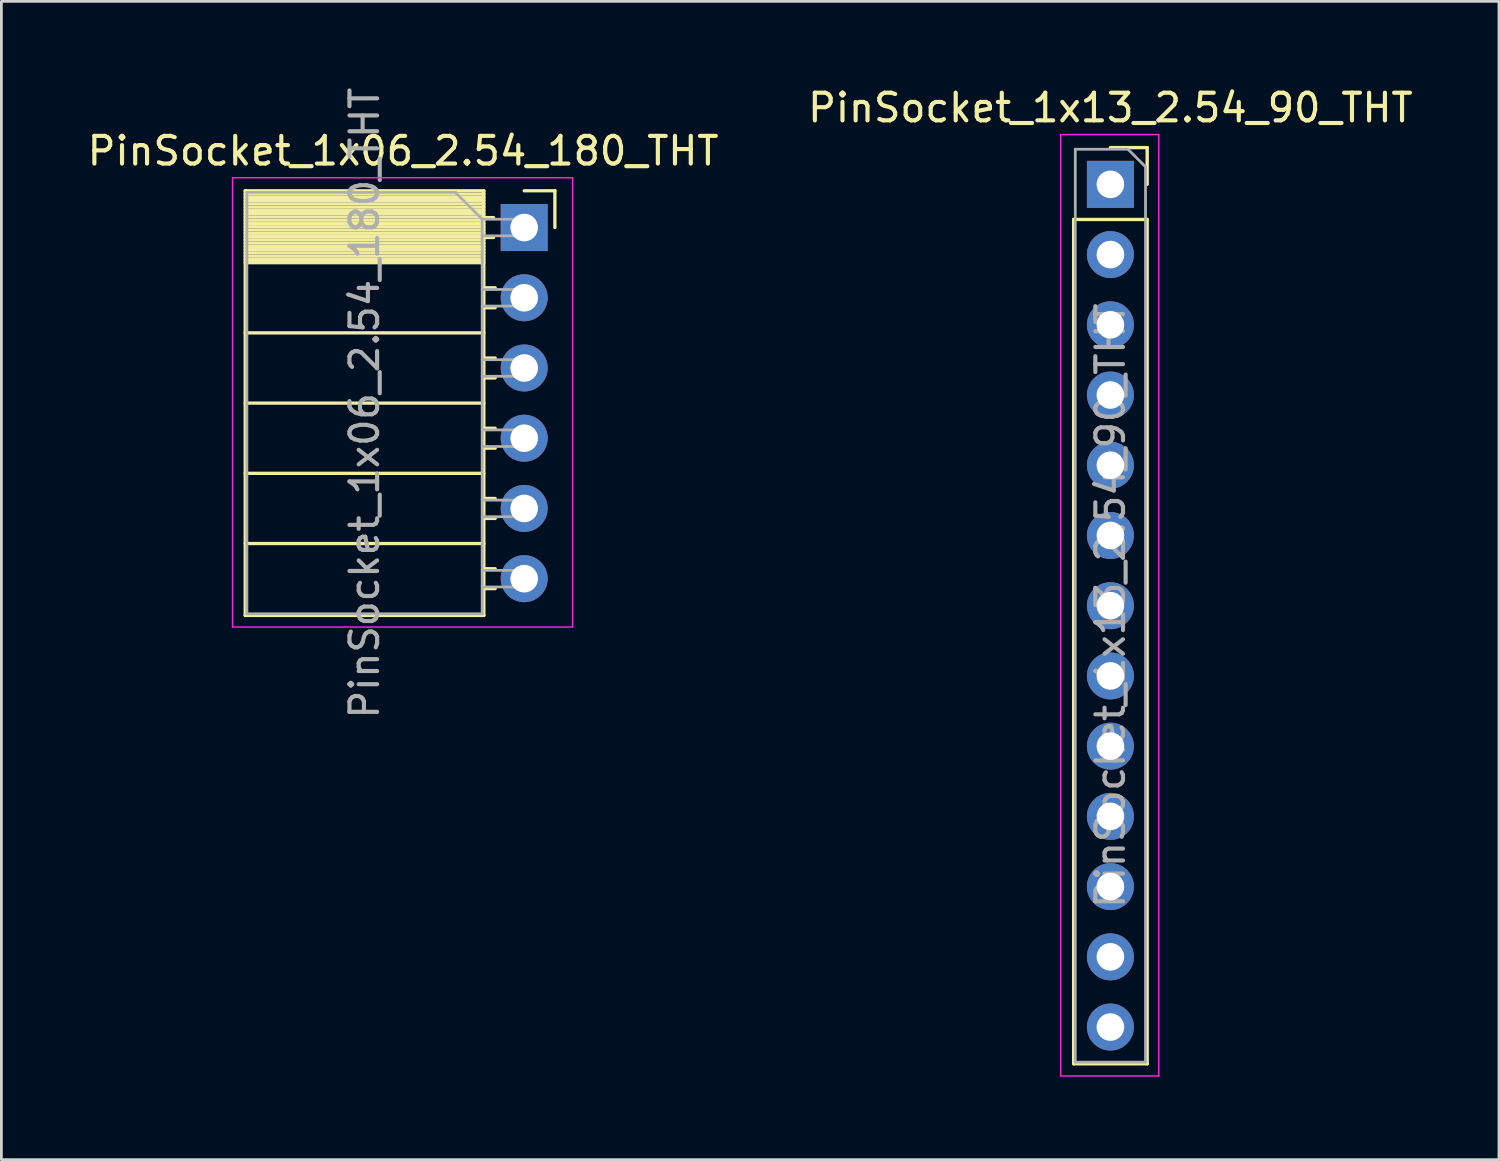
<source format=kicad_pcb>
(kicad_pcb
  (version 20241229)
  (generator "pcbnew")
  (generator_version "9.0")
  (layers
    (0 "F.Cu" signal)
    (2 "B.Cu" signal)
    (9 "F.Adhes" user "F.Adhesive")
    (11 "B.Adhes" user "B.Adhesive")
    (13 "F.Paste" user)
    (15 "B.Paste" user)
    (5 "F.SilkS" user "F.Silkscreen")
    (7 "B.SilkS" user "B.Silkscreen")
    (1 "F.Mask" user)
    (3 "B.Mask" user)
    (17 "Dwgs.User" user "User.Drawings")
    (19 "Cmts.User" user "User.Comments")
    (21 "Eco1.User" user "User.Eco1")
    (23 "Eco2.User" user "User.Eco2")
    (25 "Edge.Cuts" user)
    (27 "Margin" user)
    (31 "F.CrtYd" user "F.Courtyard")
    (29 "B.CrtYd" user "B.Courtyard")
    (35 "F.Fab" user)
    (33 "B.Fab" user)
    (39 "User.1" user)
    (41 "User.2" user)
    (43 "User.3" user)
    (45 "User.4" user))
  (footprint "PinSocket_1x06_2.54_180_THT"
    (layer "F.Cu")
    (at 15.91 5.18)
    (property "Reference" "PinSocket_1x06_2.54_180_THT" (at -4.38 -2.77 0) (layer "F.SilkS") (effects (font (size 1 1) (thickness 0.15))))
    (attr through_hole)
    (fp_line (start -10.09 -1.33) (end -10.09 14.03) (stroke (width 0.12) (type solid)) (layer "F.SilkS"))
    (fp_line (start -10.09 -1.33) (end -1.46 -1.33) (stroke (width 0.12) (type solid)) (layer "F.SilkS"))
    (fp_line (start -10.09 -1.21) (end -1.46 -1.21) (stroke (width 0.12) (type solid)) (layer "F.SilkS"))
    (fp_line (start -10.09 -1.092) (end -1.46 -1.092) (stroke (width 0.12) (type solid)) (layer "F.SilkS"))
    (fp_line (start -10.09 -0.974) (end -1.46 -0.974) (stroke (width 0.12) (type solid)) (layer "F.SilkS"))
    (fp_line (start -10.09 -0.856) (end -1.46 -0.856) (stroke (width 0.12) (type solid)) (layer "F.SilkS"))
    (fp_line (start -10.09 -0.738) (end -1.46 -0.738) (stroke (width 0.12) (type solid)) (layer "F.SilkS"))
    (fp_line (start -10.09 -0.62) (end -1.46 -0.62) (stroke (width 0.12) (type solid)) (layer "F.SilkS"))
    (fp_line (start -10.09 -0.501) (end -1.46 -0.501) (stroke (width 0.12) (type solid)) (layer "F.SilkS"))
    (fp_line (start -10.09 -0.383) (end -1.46 -0.383) (stroke (width 0.12) (type solid)) (layer "F.SilkS"))
    (fp_line (start -10.09 -0.265) (end -1.46 -0.265) (stroke (width 0.12) (type solid)) (layer "F.SilkS"))
    (fp_line (start -10.09 -0.147) (end -1.46 -0.147) (stroke (width 0.12) (type solid)) (layer "F.SilkS"))
    (fp_line (start -10.09 -0.029) (end -1.46 -0.029) (stroke (width 0.12) (type solid)) (layer "F.SilkS"))
    (fp_line (start -10.09 0.089) (end -1.46 0.089) (stroke (width 0.12) (type solid)) (layer "F.SilkS"))
    (fp_line (start -10.09 0.207) (end -1.46 0.207) (stroke (width 0.12) (type solid)) (layer "F.SilkS"))
    (fp_line (start -10.09 0.325) (end -1.46 0.325) (stroke (width 0.12) (type solid)) (layer "F.SilkS"))
    (fp_line (start -10.09 0.443) (end -1.46 0.443) (stroke (width 0.12) (type solid)) (layer "F.SilkS"))
    (fp_line (start -10.09 0.561) (end -1.46 0.561) (stroke (width 0.12) (type solid)) (layer "F.SilkS"))
    (fp_line (start -10.09 0.68) (end -1.46 0.68) (stroke (width 0.12) (type solid)) (layer "F.SilkS"))
    (fp_line (start -10.09 0.798) (end -1.46 0.798) (stroke (width 0.12) (type solid)) (layer "F.SilkS"))
    (fp_line (start -10.09 0.916) (end -1.46 0.916) (stroke (width 0.12) (type solid)) (layer "F.SilkS"))
    (fp_line (start -10.09 1.034) (end -1.46 1.034) (stroke (width 0.12) (type solid)) (layer "F.SilkS"))
    (fp_line (start -10.09 1.152) (end -1.46 1.152) (stroke (width 0.12) (type solid)) (layer "F.SilkS"))
    (fp_line (start -10.09 1.27) (end -1.46 1.27) (stroke (width 0.12) (type solid)) (layer "F.SilkS"))
    (fp_line (start -10.09 3.81) (end -1.46 3.81) (stroke (width 0.12) (type solid)) (layer "F.SilkS"))
    (fp_line (start -10.09 6.35) (end -1.46 6.35) (stroke (width 0.12) (type solid)) (layer "F.SilkS"))
    (fp_line (start -10.09 8.89) (end -1.46 8.89) (stroke (width 0.12) (type solid)) (layer "F.SilkS"))
    (fp_line (start -10.09 11.43) (end -1.46 11.43) (stroke (width 0.12) (type solid)) (layer "F.SilkS"))
    (fp_line (start -10.09 14.03) (end -1.46 14.03) (stroke (width 0.12) (type solid)) (layer "F.SilkS"))
    (fp_line (start -1.46 -1.33) (end -1.46 14.03) (stroke (width 0.12) (type solid)) (layer "F.SilkS"))
    (fp_line (start -1.46 -0.36) (end -1.11 -0.36) (stroke (width 0.12) (type solid)) (layer "F.SilkS"))
    (fp_line (start -1.46 0.36) (end -1.11 0.36) (stroke (width 0.12) (type solid)) (layer "F.SilkS"))
    (fp_line (start -1.46 2.18) (end -1.05 2.18) (stroke (width 0.12) (type solid)) (layer "F.SilkS"))
    (fp_line (start -1.46 2.9) (end -1.05 2.9) (stroke (width 0.12) (type solid)) (layer "F.SilkS"))
    (fp_line (start -1.46 4.72) (end -1.05 4.72) (stroke (width 0.12) (type solid)) (layer "F.SilkS"))
    (fp_line (start -1.46 5.44) (end -1.05 5.44) (stroke (width 0.12) (type solid)) (layer "F.SilkS"))
    (fp_line (start -1.46 7.26) (end -1.05 7.26) (stroke (width 0.12) (type solid)) (layer "F.SilkS"))
    (fp_line (start -1.46 7.98) (end -1.05 7.98) (stroke (width 0.12) (type solid)) (layer "F.SilkS"))
    (fp_line (start -1.46 9.8) (end -1.05 9.8) (stroke (width 0.12) (type solid)) (layer "F.SilkS"))
    (fp_line (start -1.46 10.52) (end -1.05 10.52) (stroke (width 0.12) (type solid)) (layer "F.SilkS"))
    (fp_line (start -1.46 12.34) (end -1.05 12.34) (stroke (width 0.12) (type solid)) (layer "F.SilkS"))
    (fp_line (start -1.46 13.06) (end -1.05 13.06) (stroke (width 0.12) (type solid)) (layer "F.SilkS"))
    (fp_line (start 0 -1.33) (end 1.11 -1.33) (stroke (width 0.12) (type solid)) (layer "F.SilkS"))
    (fp_line (start 1.11 -1.33) (end 1.11 0) (stroke (width 0.12) (type solid)) (layer "F.SilkS"))
    (fp_line (start -10.55 -1.8) (end -10.55 14.45) (stroke (width 0.05) (type solid)) (layer "F.CrtYd"))
    (fp_line (start -10.55 14.45) (end 1.75 14.45) (stroke (width 0.05) (type solid)) (layer "F.CrtYd"))
    (fp_line (start 1.75 -1.8) (end -10.55 -1.8) (stroke (width 0.05) (type solid)) (layer "F.CrtYd"))
    (fp_line (start 1.75 14.45) (end 1.75 -1.8) (stroke (width 0.05) (type solid)) (layer "F.CrtYd"))
    (fp_line (start -10.03 -1.27) (end -2.49 -1.27) (stroke (width 0.1) (type solid)) (layer "F.Fab"))
    (fp_line (start -10.03 13.97) (end -10.03 -1.27) (stroke (width 0.1) (type solid)) (layer "F.Fab"))
    (fp_line (start -2.49 -1.27) (end -1.52 -0.3) (stroke (width 0.1) (type solid)) (layer "F.Fab"))
    (fp_line (start -1.52 -0.3) (end -1.52 13.97) (stroke (width 0.1) (type solid)) (layer "F.Fab"))
    (fp_line (start -1.52 0.3) (end 0 0.3) (stroke (width 0.1) (type solid)) (layer "F.Fab"))
    (fp_line (start -1.52 2.84) (end 0 2.84) (stroke (width 0.1) (type solid)) (layer "F.Fab"))
    (fp_line (start -1.52 5.38) (end 0 5.38) (stroke (width 0.1) (type solid)) (layer "F.Fab"))
    (fp_line (start -1.52 7.92) (end 0 7.92) (stroke (width 0.1) (type solid)) (layer "F.Fab"))
    (fp_line (start -1.52 10.46) (end 0 10.46) (stroke (width 0.1) (type solid)) (layer "F.Fab"))
    (fp_line (start -1.52 13) (end 0 13) (stroke (width 0.1) (type solid)) (layer "F.Fab"))
    (fp_line (start -1.52 13.97) (end -10.03 13.97) (stroke (width 0.1) (type solid)) (layer "F.Fab"))
    (fp_line (start 0 -0.3) (end -1.52 -0.3) (stroke (width 0.1) (type solid)) (layer "F.Fab"))
    (fp_line (start 0 0.3) (end 0 -0.3) (stroke (width 0.1) (type solid)) (layer "F.Fab"))
    (fp_line (start 0 2.24) (end -1.52 2.24) (stroke (width 0.1) (type solid)) (layer "F.Fab"))
    (fp_line (start 0 2.84) (end 0 2.24) (stroke (width 0.1) (type solid)) (layer "F.Fab"))
    (fp_line (start 0 4.78) (end -1.52 4.78) (stroke (width 0.1) (type solid)) (layer "F.Fab"))
    (fp_line (start 0 5.38) (end 0 4.78) (stroke (width 0.1) (type solid)) (layer "F.Fab"))
    (fp_line (start 0 7.32) (end -1.52 7.32) (stroke (width 0.1) (type solid)) (layer "F.Fab"))
    (fp_line (start 0 7.92) (end 0 7.32) (stroke (width 0.1) (type solid)) (layer "F.Fab"))
    (fp_line (start 0 9.86) (end -1.52 9.86) (stroke (width 0.1) (type solid)) (layer "F.Fab"))
    (fp_line (start 0 10.46) (end 0 9.86) (stroke (width 0.1) (type solid)) (layer "F.Fab"))
    (fp_line (start 0 12.4) (end -1.52 12.4) (stroke (width 0.1) (type solid)) (layer "F.Fab"))
    (fp_line (start 0 13) (end 0 12.4) (stroke (width 0.1) (type solid)) (layer "F.Fab"))
    (fp_text user "${REFERENCE}" (at -5.775 6.35 90) (layer "F.Fab") (effects (font (size 1 1) (thickness 0.15))))
    (pad "1" thru_hole rect (at 0 0) (size 1.7 1.7) (drill 1) (layers "*.Cu" "*.Mask"))
    (pad "2" thru_hole oval (at 0 2.54) (size 1.7 1.7) (drill 1) (layers "*.Cu" "*.Mask"))
    (pad "3" thru_hole oval (at 0 5.08) (size 1.7 1.7) (drill 1) (layers "*.Cu" "*.Mask"))
    (pad "4" thru_hole oval (at 0 7.62) (size 1.7 1.7) (drill 1) (layers "*.Cu" "*.Mask"))
    (pad "5" thru_hole oval (at 0 10.16) (size 1.7 1.7) (drill 1) (layers "*.Cu" "*.Mask"))
    (pad "6" thru_hole oval (at 0 12.7) (size 1.7 1.7) (drill 1) (layers "*.Cu" "*.Mask")))
  (footprint "PinSocket_1x13_2.54_90_THT"
    (layer "F.Cu")
    (at 37.113 3.618)
    (property "Reference" "PinSocket_1x13_2.54_90_THT" (at 0 -2.77 0) (layer "F.SilkS") (effects (font (size 1 1) (thickness 0.15))))
    (attr through_hole)
    (fp_line (start -1.33 1.27) (end -1.33 31.81) (stroke (width 0.12) (type solid)) (layer "F.SilkS"))
    (fp_line (start -1.33 1.27) (end 1.33 1.27) (stroke (width 0.12) (type solid)) (layer "F.SilkS"))
    (fp_line (start -1.33 31.81) (end 1.33 31.81) (stroke (width 0.12) (type solid)) (layer "F.SilkS"))
    (fp_line (start 0 -1.33) (end 1.33 -1.33) (stroke (width 0.12) (type solid)) (layer "F.SilkS"))
    (fp_line (start 1.33 -1.33) (end 1.33 0) (stroke (width 0.12) (type solid)) (layer "F.SilkS"))
    (fp_line (start 1.33 1.27) (end 1.33 31.81) (stroke (width 0.12) (type solid)) (layer "F.SilkS"))
    (fp_line (start -1.8 -1.8) (end 1.75 -1.8) (stroke (width 0.05) (type solid)) (layer "F.CrtYd"))
    (fp_line (start -1.8 32.25) (end -1.8 -1.8) (stroke (width 0.05) (type solid)) (layer "F.CrtYd"))
    (fp_line (start 1.75 -1.8) (end 1.75 32.25) (stroke (width 0.05) (type solid)) (layer "F.CrtYd"))
    (fp_line (start 1.75 32.25) (end -1.8 32.25) (stroke (width 0.05) (type solid)) (layer "F.CrtYd"))
    (fp_line (start -1.27 -1.27) (end 0.635 -1.27) (stroke (width 0.1) (type solid)) (layer "F.Fab"))
    (fp_line (start -1.27 31.75) (end -1.27 -1.27) (stroke (width 0.1) (type solid)) (layer "F.Fab"))
    (fp_line (start 0.635 -1.27) (end 1.27 -0.635) (stroke (width 0.1) (type solid)) (layer "F.Fab"))
    (fp_line (start 1.27 -0.635) (end 1.27 31.75) (stroke (width 0.1) (type solid)) (layer "F.Fab"))
    (fp_line (start 1.27 31.75) (end -1.27 31.75) (stroke (width 0.1) (type solid)) (layer "F.Fab"))
    (fp_text user "${REFERENCE}" (at 0 15.24 90) (layer "F.Fab") (effects (font (size 1 1) (thickness 0.15))))
    (pad "1" thru_hole rect (at 0 0) (size 1.7 1.7) (drill 1) (layers "*.Cu" "*.Mask"))
    (pad "2" thru_hole oval (at 0 2.54) (size 1.7 1.7) (drill 1) (layers "*.Cu" "*.Mask"))
    (pad "3" thru_hole oval (at 0 5.08) (size 1.7 1.7) (drill 1) (layers "*.Cu" "*.Mask"))
    (pad "4" thru_hole oval (at 0 7.62) (size 1.7 1.7) (drill 1) (layers "*.Cu" "*.Mask"))
    (pad "5" thru_hole oval (at 0 10.16) (size 1.7 1.7) (drill 1) (layers "*.Cu" "*.Mask"))
    (pad "6" thru_hole oval (at 0 12.7) (size 1.7 1.7) (drill 1) (layers "*.Cu" "*.Mask"))
    (pad "7" thru_hole oval (at 0 15.24) (size 1.7 1.7) (drill 1) (layers "*.Cu" "*.Mask"))
    (pad "8" thru_hole oval (at 0 17.78) (size 1.7 1.7) (drill 1) (layers "*.Cu" "*.Mask"))
    (pad "9" thru_hole oval (at 0 20.32) (size 1.7 1.7) (drill 1) (layers "*.Cu" "*.Mask"))
    (pad "10" thru_hole oval (at 0 22.86) (size 1.7 1.7) (drill 1) (layers "*.Cu" "*.Mask"))
    (pad "11" thru_hole oval (at 0 25.4) (size 1.7 1.7) (drill 1) (layers "*.Cu" "*.Mask"))
    (pad "12" thru_hole oval (at 0 27.94) (size 1.7 1.7) (drill 1) (layers "*.Cu" "*.Mask"))
    (pad "13" thru_hole oval (at 0 30.48) (size 1.7 1.7) (drill 1) (layers "*.Cu" "*.Mask")))
  (gr_rect
    (start -3 -3)
    (end 51.167 38.893)
    (stroke (width 0.1) (type default))
    (fill no)
    (layer "Edge.Cuts")))
</source>
